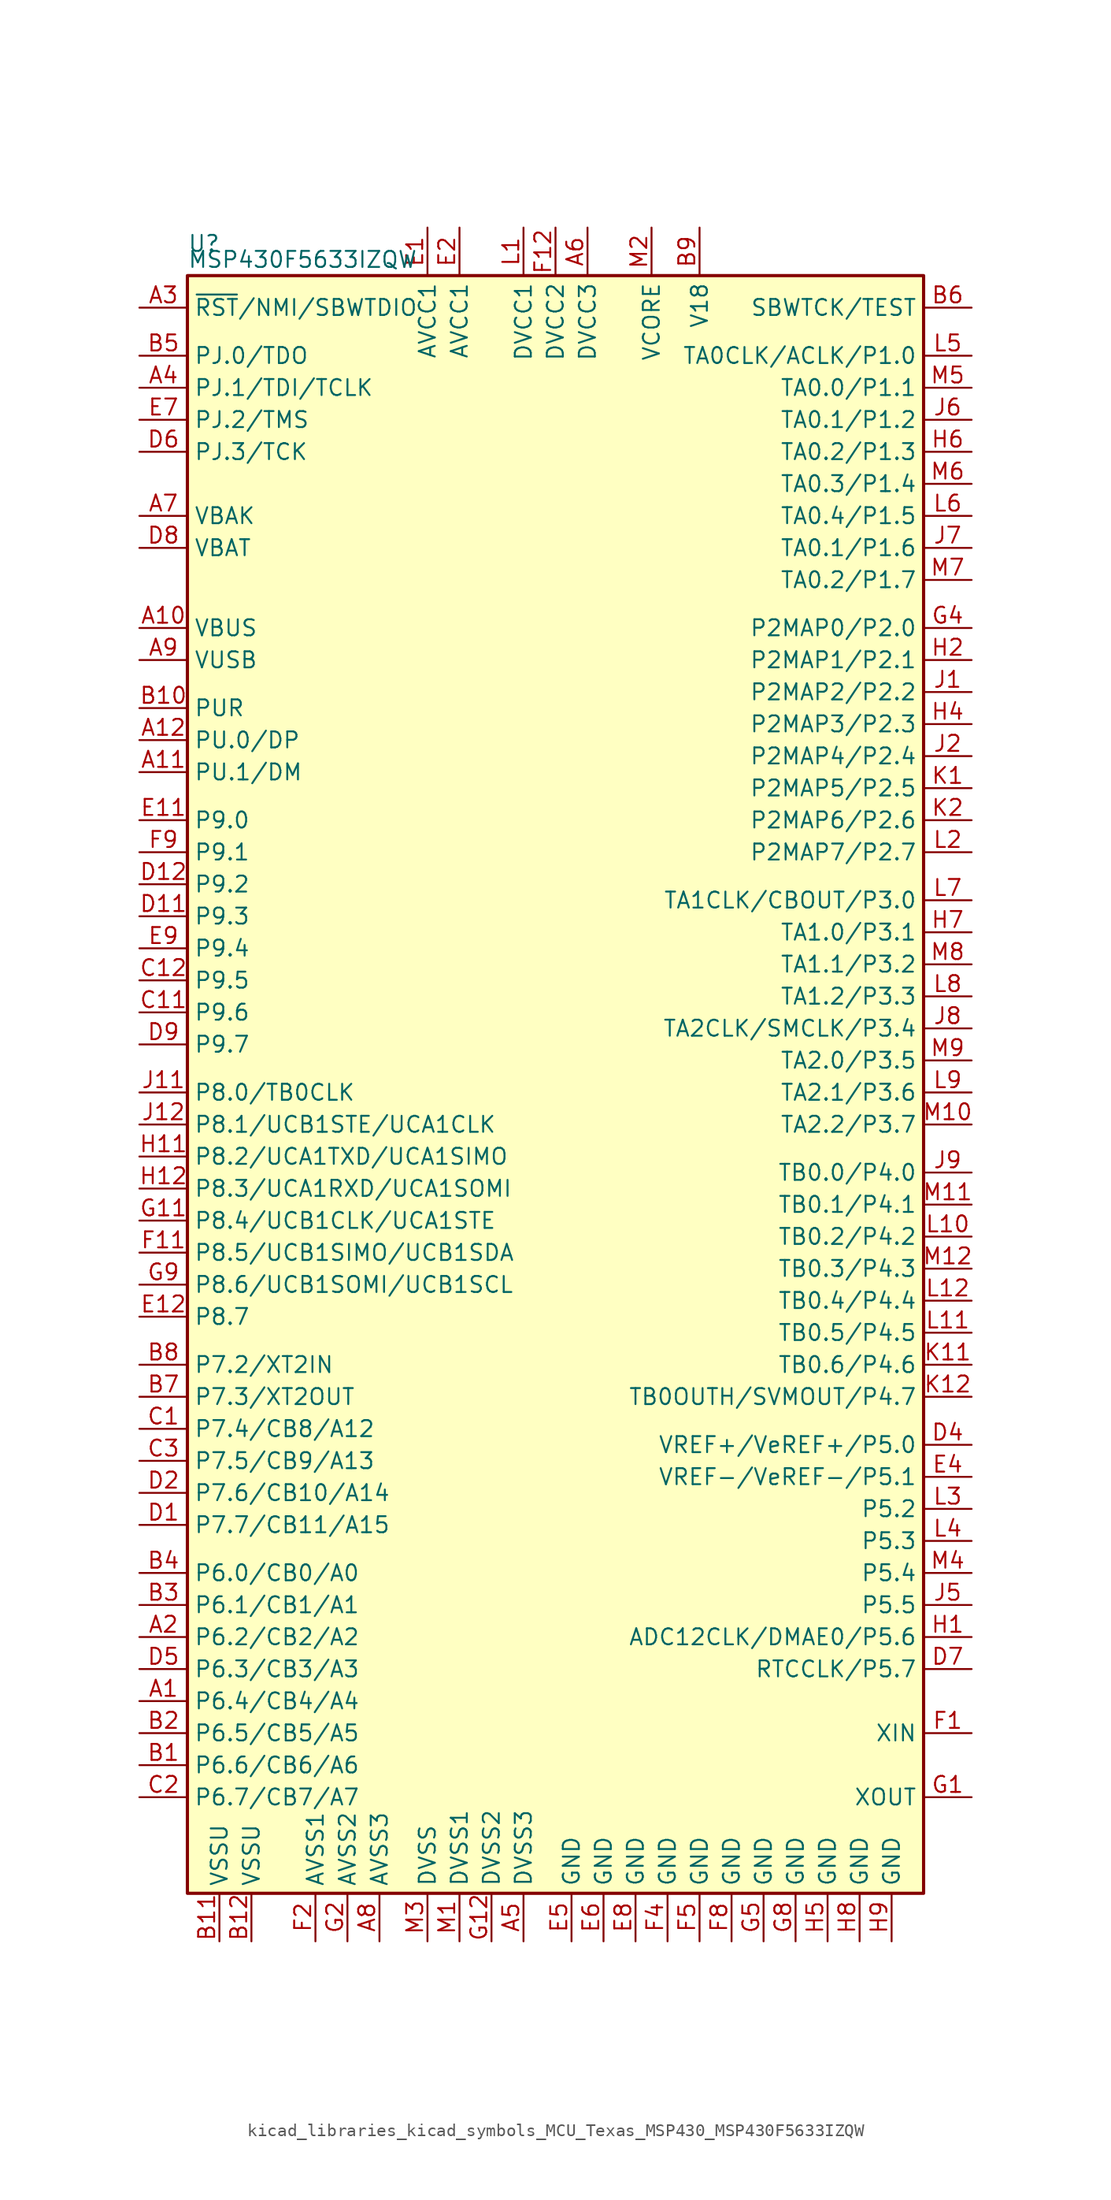
<source format=kicad_sym>
(kicad_symbol_lib
  (version 20220914)
  (generator kicad_symbol_editor)
  (symbol "kicad_libraries_kicad_symbols_MCU_Texas_MSP430_MSP430F5633IZQW"
    (property "Reference" "U"
      (at -29.21 66.04 0)
      (effects (font (size 1.27 1.27)) (justify left)))
    (property "Value" "MSP430F5633IZQW"
      (at -29.21 64.77 0)
      (effects (font (size 1.27 1.27)) (justify left)))
    (symbol "kicad_libraries_kicad_symbols_MCU_Texas_MSP430_MSP430F5633IZQW_0_1"
      (rectangle (start -29.21 63.5) (end 29.21 -64.77) (stroke (width 0.254) (type default)) (fill (type background))))
    (symbol "kicad_libraries_kicad_symbols_MCU_Texas_MSP430_MSP430F5633IZQW_1_1"
      (pin bidirectional line (at -33.02 -49.53 0) (length 3.81) (name "P6.4/CB4/A4" (effects (font (size 1.27 1.27)))) (number "A1" (effects (font (size 1.27 1.27)))))
      (pin bidirectional line (at -33.02 35.56 0) (length 3.81) (name "VBUS" (effects (font (size 1.27 1.27)))) (number "A10" (effects (font (size 1.27 1.27)))))
      (pin bidirectional line (at -33.02 24.13 0) (length 3.81) (name "PU.1/DM" (effects (font (size 1.27 1.27)))) (number "A11" (effects (font (size 1.27 1.27)))))
      (pin bidirectional line (at -33.02 26.67 0) (length 3.81) (name "PU.0/DP" (effects (font (size 1.27 1.27)))) (number "A12" (effects (font (size 1.27 1.27)))))
      (pin bidirectional line (at -33.02 -44.45 0) (length 3.81) (name "P6.2/CB2/A2" (effects (font (size 1.27 1.27)))) (number "A2" (effects (font (size 1.27 1.27)))))
      (pin input line (at -33.02 60.96 0) (length 3.81) (name "~{RST}/NMI/SBWTDIO" (effects (font (size 1.27 1.27)))) (number "A3" (effects (font (size 1.27 1.27)))))
      (pin bidirectional line (at -33.02 54.61 0) (length 3.81) (name "PJ.1/TDI/TCLK" (effects (font (size 1.27 1.27)))) (number "A4" (effects (font (size 1.27 1.27)))))
      (pin power_in line (at -2.54 -68.58 90) (length 3.81) (name "DVSS3" (effects (font (size 1.27 1.27)))) (number "A5" (effects (font (size 1.27 1.27)))))
      (pin power_in line (at 2.54 67.31 270) (length 3.81) (name "DVCC3" (effects (font (size 1.27 1.27)))) (number "A6" (effects (font (size 1.27 1.27)))))
      (pin bidirectional line (at -33.02 44.45 0) (length 3.81) (name "VBAK" (effects (font (size 1.27 1.27)))) (number "A7" (effects (font (size 1.27 1.27)))))
      (pin power_in line (at -13.97 -68.58 90) (length 3.81) (name "AVSS3" (effects (font (size 1.27 1.27)))) (number "A8" (effects (font (size 1.27 1.27)))))
      (pin bidirectional line (at -33.02 33.02 0) (length 3.81) (name "VUSB" (effects (font (size 1.27 1.27)))) (number "A9" (effects (font (size 1.27 1.27)))))
      (pin bidirectional line (at -33.02 -54.61 0) (length 3.81) (name "P6.6/CB6/A6" (effects (font (size 1.27 1.27)))) (number "B1" (effects (font (size 1.27 1.27)))))
      (pin bidirectional line (at -33.02 29.21 0) (length 3.81) (name "PUR" (effects (font (size 1.27 1.27)))) (number "B10" (effects (font (size 1.27 1.27)))))
      (pin power_in line (at -26.67 -68.58 90) (length 3.81) (name "VSSU" (effects (font (size 1.27 1.27)))) (number "B11" (effects (font (size 1.27 1.27)))))
      (pin power_in line (at -24.13 -68.58 90) (length 3.81) (name "VSSU" (effects (font (size 1.27 1.27)))) (number "B12" (effects (font (size 1.27 1.27)))))
      (pin bidirectional line (at -33.02 -52.07 0) (length 3.81) (name "P6.5/CB5/A5" (effects (font (size 1.27 1.27)))) (number "B2" (effects (font (size 1.27 1.27)))))
      (pin bidirectional line (at -33.02 -41.91 0) (length 3.81) (name "P6.1/CB1/A1" (effects (font (size 1.27 1.27)))) (number "B3" (effects (font (size 1.27 1.27)))))
      (pin bidirectional line (at -33.02 -39.37 0) (length 3.81) (name "P6.0/CB0/A0" (effects (font (size 1.27 1.27)))) (number "B4" (effects (font (size 1.27 1.27)))))
      (pin bidirectional line (at -33.02 57.15 0) (length 3.81) (name "PJ.0/TDO" (effects (font (size 1.27 1.27)))) (number "B5" (effects (font (size 1.27 1.27)))))
      (pin input line (at 33.02 60.96 180) (length 3.81) (name "SBWTCK/TEST" (effects (font (size 1.27 1.27)))) (number "B6" (effects (font (size 1.27 1.27)))))
      (pin bidirectional line (at -33.02 -25.4 0) (length 3.81) (name "P7.3/XT2OUT" (effects (font (size 1.27 1.27)))) (number "B7" (effects (font (size 1.27 1.27)))))
      (pin bidirectional line (at -33.02 -22.86 0) (length 3.81) (name "P7.2/XT2IN" (effects (font (size 1.27 1.27)))) (number "B8" (effects (font (size 1.27 1.27)))))
      (pin passive line (at 11.43 67.31 270) (length 3.81) (name "V18" (effects (font (size 1.27 1.27)))) (number "B9" (effects (font (size 1.27 1.27)))))
      (pin bidirectional line (at -33.02 -27.94 0) (length 3.81) (name "P7.4/CB8/A12" (effects (font (size 1.27 1.27)))) (number "C1" (effects (font (size 1.27 1.27)))))
      (pin bidirectional line (at -33.02 5.08 0) (length 3.81) (name "P9.6" (effects (font (size 1.27 1.27)))) (number "C11" (effects (font (size 1.27 1.27)))))
      (pin bidirectional line (at -33.02 7.62 0) (length 3.81) (name "P9.5" (effects (font (size 1.27 1.27)))) (number "C12" (effects (font (size 1.27 1.27)))))
      (pin bidirectional line (at -33.02 -57.15 0) (length 3.81) (name "P6.7/CB7/A7" (effects (font (size 1.27 1.27)))) (number "C2" (effects (font (size 1.27 1.27)))))
      (pin bidirectional line (at -33.02 -30.48 0) (length 3.81) (name "P7.5/CB9/A13" (effects (font (size 1.27 1.27)))) (number "C3" (effects (font (size 1.27 1.27)))))
      (pin bidirectional line (at -33.02 -35.56 0) (length 3.81) (name "P7.7/CB11/A15" (effects (font (size 1.27 1.27)))) (number "D1" (effects (font (size 1.27 1.27)))))
      (pin bidirectional line (at -33.02 12.7 0) (length 3.81) (name "P9.3" (effects (font (size 1.27 1.27)))) (number "D11" (effects (font (size 1.27 1.27)))))
      (pin bidirectional line (at -33.02 15.24 0) (length 3.81) (name "P9.2" (effects (font (size 1.27 1.27)))) (number "D12" (effects (font (size 1.27 1.27)))))
      (pin bidirectional line (at -33.02 -33.02 0) (length 3.81) (name "P7.6/CB10/A14" (effects (font (size 1.27 1.27)))) (number "D2" (effects (font (size 1.27 1.27)))))
      (pin bidirectional line (at 33.02 -29.21 180) (length 3.81) (name "VREF+/VeREF+/P5.0" (effects (font (size 1.27 1.27)))) (number "D4" (effects (font (size 1.27 1.27)))))
      (pin bidirectional line (at -33.02 -46.99 0) (length 3.81) (name "P6.3/CB3/A3" (effects (font (size 1.27 1.27)))) (number "D5" (effects (font (size 1.27 1.27)))))
      (pin bidirectional line (at -33.02 49.53 0) (length 3.81) (name "PJ.3/TCK" (effects (font (size 1.27 1.27)))) (number "D6" (effects (font (size 1.27 1.27)))))
      (pin bidirectional line (at 33.02 -46.99 180) (length 3.81) (name "RTCCLK/P5.7" (effects (font (size 1.27 1.27)))) (number "D7" (effects (font (size 1.27 1.27)))))
      (pin bidirectional line (at -33.02 41.91 0) (length 3.81) (name "VBAT" (effects (font (size 1.27 1.27)))) (number "D8" (effects (font (size 1.27 1.27)))))
      (pin bidirectional line (at -33.02 2.54 0) (length 3.81) (name "P9.7" (effects (font (size 1.27 1.27)))) (number "D9" (effects (font (size 1.27 1.27)))))
      (pin power_in line (at -10.16 67.31 270) (length 3.81) (name "AVCC1" (effects (font (size 1.27 1.27)))) (number "E1" (effects (font (size 1.27 1.27)))))
      (pin bidirectional line (at -33.02 20.32 0) (length 3.81) (name "P9.0" (effects (font (size 1.27 1.27)))) (number "E11" (effects (font (size 1.27 1.27)))))
      (pin bidirectional line (at -33.02 -19.05 0) (length 3.81) (name "P8.7" (effects (font (size 1.27 1.27)))) (number "E12" (effects (font (size 1.27 1.27)))))
      (pin power_in line (at -7.62 67.31 270) (length 3.81) (name "AVCC1" (effects (font (size 1.27 1.27)))) (number "E2" (effects (font (size 1.27 1.27)))))
      (pin bidirectional line (at 33.02 -31.75 180) (length 3.81) (name "VREF-/VeREF-/P5.1" (effects (font (size 1.27 1.27)))) (number "E4" (effects (font (size 1.27 1.27)))))
      (pin power_in line (at 1.27 -68.58 90) (length 3.81) (name "GND" (effects (font (size 1.27 1.27)))) (number "E5" (effects (font (size 1.27 1.27)))))
      (pin power_in line (at 3.81 -68.58 90) (length 3.81) (name "GND" (effects (font (size 1.27 1.27)))) (number "E6" (effects (font (size 1.27 1.27)))))
      (pin bidirectional line (at -33.02 52.07 0) (length 3.81) (name "PJ.2/TMS" (effects (font (size 1.27 1.27)))) (number "E7" (effects (font (size 1.27 1.27)))))
      (pin power_in line (at 6.35 -68.58 90) (length 3.81) (name "GND" (effects (font (size 1.27 1.27)))) (number "E8" (effects (font (size 1.27 1.27)))))
      (pin bidirectional line (at -33.02 10.16 0) (length 3.81) (name "P9.4" (effects (font (size 1.27 1.27)))) (number "E9" (effects (font (size 1.27 1.27)))))
      (pin bidirectional line (at 33.02 -52.07 180) (length 3.81) (name "XIN" (effects (font (size 1.27 1.27)))) (number "F1" (effects (font (size 1.27 1.27)))))
      (pin bidirectional line (at -33.02 -13.97 0) (length 3.81) (name "P8.5/UCB1SIMO/UCB1SDA" (effects (font (size 1.27 1.27)))) (number "F11" (effects (font (size 1.27 1.27)))))
      (pin power_in line (at 0 67.31 270) (length 3.81) (name "DVCC2" (effects (font (size 1.27 1.27)))) (number "F12" (effects (font (size 1.27 1.27)))))
      (pin power_in line (at -19.05 -68.58 90) (length 3.81) (name "AVSS1" (effects (font (size 1.27 1.27)))) (number "F2" (effects (font (size 1.27 1.27)))))
      (pin power_in line (at 8.89 -68.58 90) (length 3.81) (name "GND" (effects (font (size 1.27 1.27)))) (number "F4" (effects (font (size 1.27 1.27)))))
      (pin power_in line (at 11.43 -68.58 90) (length 3.81) (name "GND" (effects (font (size 1.27 1.27)))) (number "F5" (effects (font (size 1.27 1.27)))))
      (pin power_in line (at 13.97 -68.58 90) (length 3.81) (name "GND" (effects (font (size 1.27 1.27)))) (number "F8" (effects (font (size 1.27 1.27)))))
      (pin bidirectional line (at -33.02 17.78 0) (length 3.81) (name "P9.1" (effects (font (size 1.27 1.27)))) (number "F9" (effects (font (size 1.27 1.27)))))
      (pin bidirectional line (at 33.02 -57.15 180) (length 3.81) (name "XOUT" (effects (font (size 1.27 1.27)))) (number "G1" (effects (font (size 1.27 1.27)))))
      (pin bidirectional line (at -33.02 -11.43 0) (length 3.81) (name "P8.4/UCB1CLK/UCA1STE" (effects (font (size 1.27 1.27)))) (number "G11" (effects (font (size 1.27 1.27)))))
      (pin power_in line (at -5.08 -68.58 90) (length 3.81) (name "DVSS2" (effects (font (size 1.27 1.27)))) (number "G12" (effects (font (size 1.27 1.27)))))
      (pin power_in line (at -16.51 -68.58 90) (length 3.81) (name "AVSS2" (effects (font (size 1.27 1.27)))) (number "G2" (effects (font (size 1.27 1.27)))))
      (pin bidirectional line (at 33.02 35.56 180) (length 3.81) (name "P2MAP0/P2.0" (effects (font (size 1.27 1.27)))) (number "G4" (effects (font (size 1.27 1.27)))))
      (pin power_in line (at 16.51 -68.58 90) (length 3.81) (name "GND" (effects (font (size 1.27 1.27)))) (number "G5" (effects (font (size 1.27 1.27)))))
      (pin power_in line (at 19.05 -68.58 90) (length 3.81) (name "GND" (effects (font (size 1.27 1.27)))) (number "G8" (effects (font (size 1.27 1.27)))))
      (pin bidirectional line (at -33.02 -16.51 0) (length 3.81) (name "P8.6/UCB1SOMI/UCB1SCL" (effects (font (size 1.27 1.27)))) (number "G9" (effects (font (size 1.27 1.27)))))
      (pin bidirectional line (at 33.02 -44.45 180) (length 3.81) (name "ADC12CLK/DMAE0/P5.6" (effects (font (size 1.27 1.27)))) (number "H1" (effects (font (size 1.27 1.27)))))
      (pin bidirectional line (at -33.02 -6.35 0) (length 3.81) (name "P8.2/UCA1TXD/UCA1SIMO" (effects (font (size 1.27 1.27)))) (number "H11" (effects (font (size 1.27 1.27)))))
      (pin bidirectional line (at -33.02 -8.89 0) (length 3.81) (name "P8.3/UCA1RXD/UCA1SOMI" (effects (font (size 1.27 1.27)))) (number "H12" (effects (font (size 1.27 1.27)))))
      (pin bidirectional line (at 33.02 33.02 180) (length 3.81) (name "P2MAP1/P2.1" (effects (font (size 1.27 1.27)))) (number "H2" (effects (font (size 1.27 1.27)))))
      (pin bidirectional line (at 33.02 27.94 180) (length 3.81) (name "P2MAP3/P2.3" (effects (font (size 1.27 1.27)))) (number "H4" (effects (font (size 1.27 1.27)))))
      (pin power_in line (at 21.59 -68.58 90) (length 3.81) (name "GND" (effects (font (size 1.27 1.27)))) (number "H5" (effects (font (size 1.27 1.27)))))
      (pin bidirectional line (at 33.02 49.53 180) (length 3.81) (name "TA0.2/P1.3" (effects (font (size 1.27 1.27)))) (number "H6" (effects (font (size 1.27 1.27)))))
      (pin bidirectional line (at 33.02 11.43 180) (length 3.81) (name "TA1.0/P3.1" (effects (font (size 1.27 1.27)))) (number "H7" (effects (font (size 1.27 1.27)))))
      (pin power_in line (at 24.13 -68.58 90) (length 3.81) (name "GND" (effects (font (size 1.27 1.27)))) (number "H8" (effects (font (size 1.27 1.27)))))
      (pin power_in line (at 26.67 -68.58 90) (length 3.81) (name "GND" (effects (font (size 1.27 1.27)))) (number "H9" (effects (font (size 1.27 1.27)))))
      (pin bidirectional line (at 33.02 30.48 180) (length 3.81) (name "P2MAP2/P2.2" (effects (font (size 1.27 1.27)))) (number "J1" (effects (font (size 1.27 1.27)))))
      (pin bidirectional line (at -33.02 -1.27 0) (length 3.81) (name "P8.0/TB0CLK" (effects (font (size 1.27 1.27)))) (number "J11" (effects (font (size 1.27 1.27)))))
      (pin bidirectional line (at -33.02 -3.81 0) (length 3.81) (name "P8.1/UCB1STE/UCA1CLK" (effects (font (size 1.27 1.27)))) (number "J12" (effects (font (size 1.27 1.27)))))
      (pin bidirectional line (at 33.02 25.4 180) (length 3.81) (name "P2MAP4/P2.4" (effects (font (size 1.27 1.27)))) (number "J2" (effects (font (size 1.27 1.27)))))
      (pin bidirectional line (at 33.02 -41.91 180) (length 3.81) (name "P5.5" (effects (font (size 1.27 1.27)))) (number "J5" (effects (font (size 1.27 1.27)))))
      (pin bidirectional line (at 33.02 52.07 180) (length 3.81) (name "TA0.1/P1.2" (effects (font (size 1.27 1.27)))) (number "J6" (effects (font (size 1.27 1.27)))))
      (pin bidirectional line (at 33.02 41.91 180) (length 3.81) (name "TA0.1/P1.6" (effects (font (size 1.27 1.27)))) (number "J7" (effects (font (size 1.27 1.27)))))
      (pin bidirectional line (at 33.02 3.81 180) (length 3.81) (name "TA2CLK/SMCLK/P3.4" (effects (font (size 1.27 1.27)))) (number "J8" (effects (font (size 1.27 1.27)))))
      (pin bidirectional line (at 33.02 -7.62 180) (length 3.81) (name "TB0.0/P4.0" (effects (font (size 1.27 1.27)))) (number "J9" (effects (font (size 1.27 1.27)))))
      (pin bidirectional line (at 33.02 22.86 180) (length 3.81) (name "P2MAP5/P2.5" (effects (font (size 1.27 1.27)))) (number "K1" (effects (font (size 1.27 1.27)))))
      (pin bidirectional line (at 33.02 -22.86 180) (length 3.81) (name "TB0.6/P4.6" (effects (font (size 1.27 1.27)))) (number "K11" (effects (font (size 1.27 1.27)))))
      (pin bidirectional line (at 33.02 -25.4 180) (length 3.81) (name "TB0OUTH/SVMOUT/P4.7" (effects (font (size 1.27 1.27)))) (number "K12" (effects (font (size 1.27 1.27)))))
      (pin bidirectional line (at 33.02 20.32 180) (length 3.81) (name "P2MAP6/P2.6" (effects (font (size 1.27 1.27)))) (number "K2" (effects (font (size 1.27 1.27)))))
      (pin power_in line (at -2.54 67.31 270) (length 3.81) (name "DVCC1" (effects (font (size 1.27 1.27)))) (number "L1" (effects (font (size 1.27 1.27)))))
      (pin bidirectional line (at 33.02 -12.7 180) (length 3.81) (name "TB0.2/P4.2" (effects (font (size 1.27 1.27)))) (number "L10" (effects (font (size 1.27 1.27)))))
      (pin bidirectional line (at 33.02 -20.32 180) (length 3.81) (name "TB0.5/P4.5" (effects (font (size 1.27 1.27)))) (number "L11" (effects (font (size 1.27 1.27)))))
      (pin bidirectional line (at 33.02 -17.78 180) (length 3.81) (name "TB0.4/P4.4" (effects (font (size 1.27 1.27)))) (number "L12" (effects (font (size 1.27 1.27)))))
      (pin bidirectional line (at 33.02 17.78 180) (length 3.81) (name "P2MAP7/P2.7" (effects (font (size 1.27 1.27)))) (number "L2" (effects (font (size 1.27 1.27)))))
      (pin bidirectional line (at 33.02 -34.29 180) (length 3.81) (name "P5.2" (effects (font (size 1.27 1.27)))) (number "L3" (effects (font (size 1.27 1.27)))))
      (pin bidirectional line (at 33.02 -36.83 180) (length 3.81) (name "P5.3" (effects (font (size 1.27 1.27)))) (number "L4" (effects (font (size 1.27 1.27)))))
      (pin bidirectional line (at 33.02 57.15 180) (length 3.81) (name "TA0CLK/ACLK/P1.0" (effects (font (size 1.27 1.27)))) (number "L5" (effects (font (size 1.27 1.27)))))
      (pin bidirectional line (at 33.02 44.45 180) (length 3.81) (name "TA0.4/P1.5" (effects (font (size 1.27 1.27)))) (number "L6" (effects (font (size 1.27 1.27)))))
      (pin bidirectional line (at 33.02 13.97 180) (length 3.81) (name "TA1CLK/CBOUT/P3.0" (effects (font (size 1.27 1.27)))) (number "L7" (effects (font (size 1.27 1.27)))))
      (pin bidirectional line (at 33.02 6.35 180) (length 3.81) (name "TA1.2/P3.3" (effects (font (size 1.27 1.27)))) (number "L8" (effects (font (size 1.27 1.27)))))
      (pin bidirectional line (at 33.02 -1.27 180) (length 3.81) (name "TA2.1/P3.6" (effects (font (size 1.27 1.27)))) (number "L9" (effects (font (size 1.27 1.27)))))
      (pin power_in line (at -7.62 -68.58 90) (length 3.81) (name "DVSS1" (effects (font (size 1.27 1.27)))) (number "M1" (effects (font (size 1.27 1.27)))))
      (pin bidirectional line (at 33.02 -3.81 180) (length 3.81) (name "TA2.2/P3.7" (effects (font (size 1.27 1.27)))) (number "M10" (effects (font (size 1.27 1.27)))))
      (pin bidirectional line (at 33.02 -10.16 180) (length 3.81) (name "TB0.1/P4.1" (effects (font (size 1.27 1.27)))) (number "M11" (effects (font (size 1.27 1.27)))))
      (pin bidirectional line (at 33.02 -15.24 180) (length 3.81) (name "TB0.3/P4.3" (effects (font (size 1.27 1.27)))) (number "M12" (effects (font (size 1.27 1.27)))))
      (pin bidirectional line (at 7.62 67.31 270) (length 3.81) (name "VCORE" (effects (font (size 1.27 1.27)))) (number "M2" (effects (font (size 1.27 1.27)))))
      (pin power_in line (at -10.16 -68.58 90) (length 3.81) (name "DVSS" (effects (font (size 1.27 1.27)))) (number "M3" (effects (font (size 1.27 1.27)))))
      (pin bidirectional line (at 33.02 -39.37 180) (length 3.81) (name "P5.4" (effects (font (size 1.27 1.27)))) (number "M4" (effects (font (size 1.27 1.27)))))
      (pin bidirectional line (at 33.02 54.61 180) (length 3.81) (name "TA0.0/P1.1" (effects (font (size 1.27 1.27)))) (number "M5" (effects (font (size 1.27 1.27)))))
      (pin bidirectional line (at 33.02 46.99 180) (length 3.81) (name "TA0.3/P1.4" (effects (font (size 1.27 1.27)))) (number "M6" (effects (font (size 1.27 1.27)))))
      (pin bidirectional line (at 33.02 39.37 180) (length 3.81) (name "TA0.2/P1.7" (effects (font (size 1.27 1.27)))) (number "M7" (effects (font (size 1.27 1.27)))))
      (pin bidirectional line (at 33.02 8.89 180) (length 3.81) (name "TA1.1/P3.2" (effects (font (size 1.27 1.27)))) (number "M8" (effects (font (size 1.27 1.27)))))
      (pin bidirectional line (at 33.02 1.27 180) (length 3.81) (name "TA2.0/P3.5" (effects (font (size 1.27 1.27)))) (number "M9" (effects (font (size 1.27 1.27))))))))
</source>
